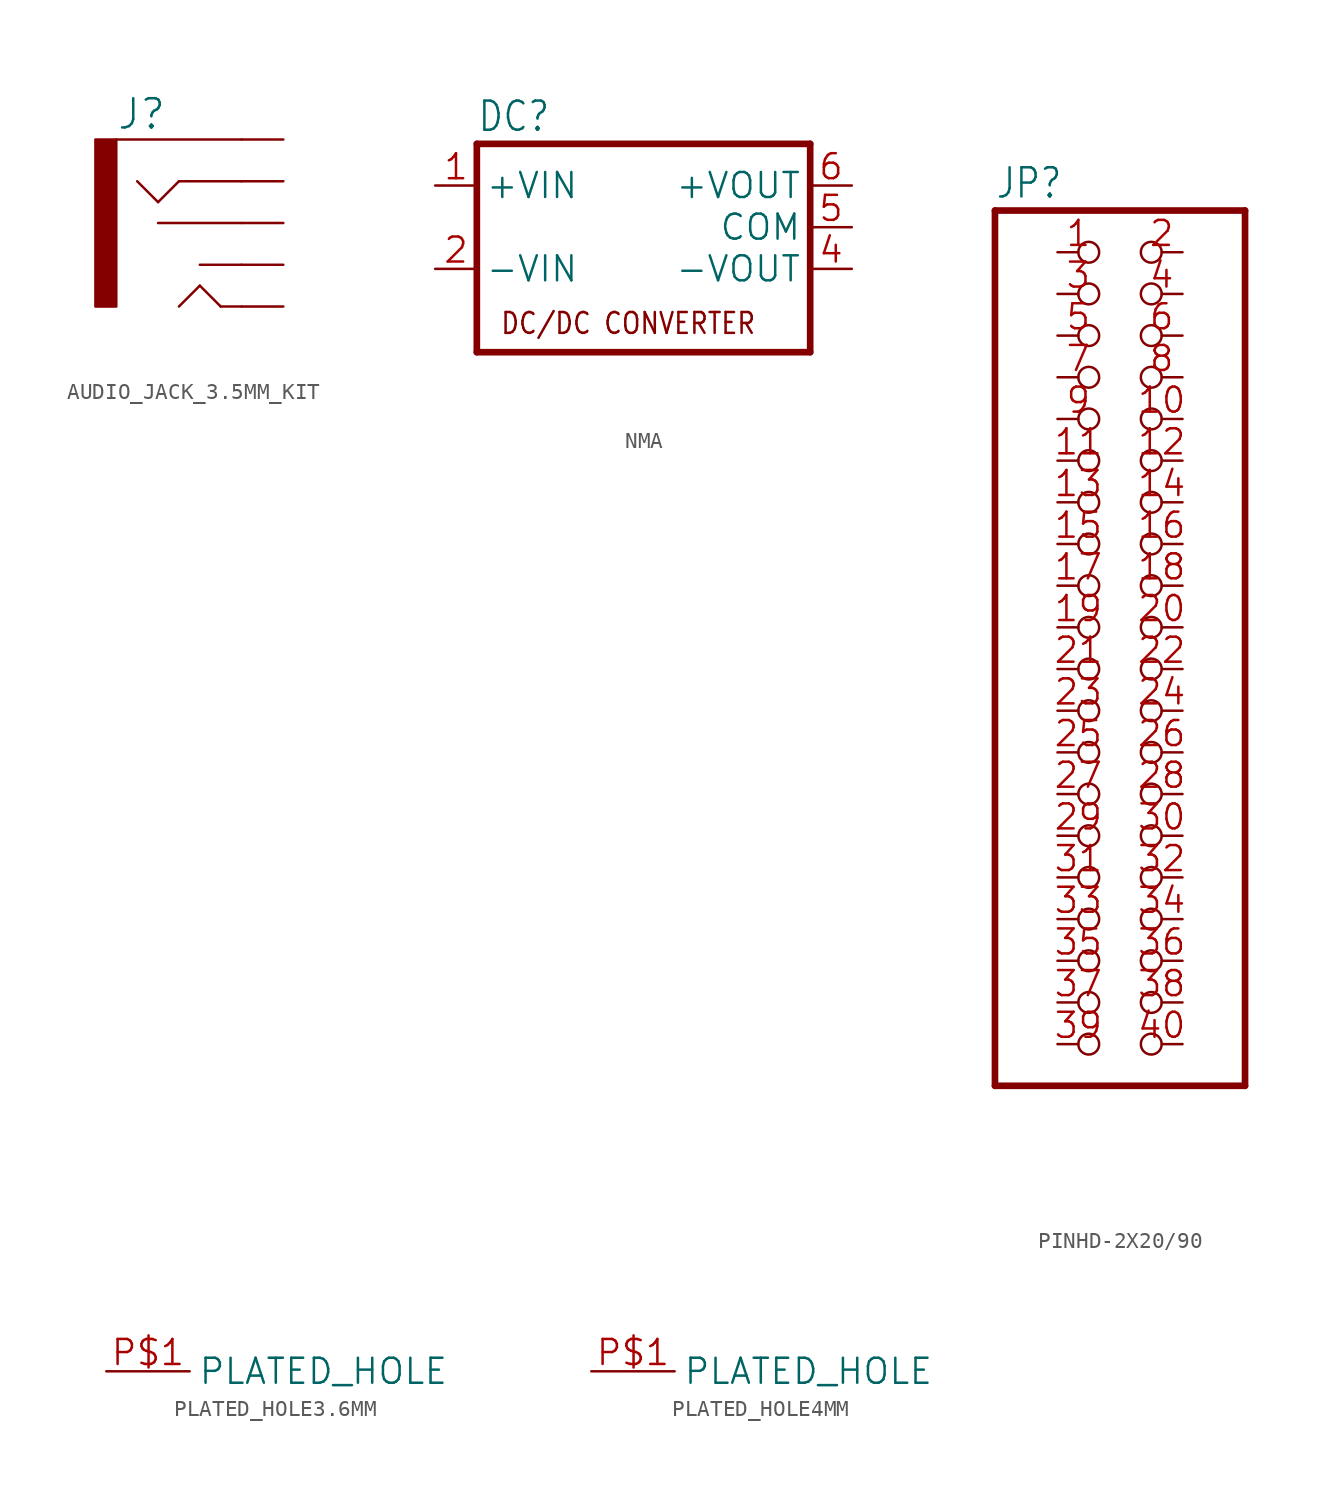
<source format=kicad_sym>
(kicad_symbol_lib
  (version 20241209)
  (generator "kicad_symbol_editor")
  (generator_version "9.0")
  (symbol "AUDIO_JACK_3.5MM_KIT"
    (property "Reference" "J"
      (at -5.08 5.588 0)
      (effects (font (size 1.778 1.778)) (justify left bottom)))
    (property "Value" ""
      (at -5.08 -7.62 0)
      (effects (font (size 1.778 1.778)) (justify left bottom)))
    (property "ki_locked" ""
      (at 0 0 0)
      (effects (font (size 1.27 1.27))))
    (symbol "AUDIO_JACK_3.5MM_KIT_1_0"
      (rectangle (start -6.35 -5.08) (end -5.08 5.08) (stroke (width 0) (type default)) (fill (type outline)))
      (polyline (pts (xy -2.54 1.27) (xy -3.81 2.54)) (stroke (width 0.152) (type solid)) (fill (type none)))
      (polyline (pts (xy -2.54 0) (xy 2.54 0)) (stroke (width 0.152) (type solid)) (fill (type none)))
      (polyline (pts (xy -1.27 2.54) (xy -2.54 1.27)) (stroke (width 0.152) (type solid)) (fill (type none)))
      (polyline (pts (xy -1.27 -5.08) (xy 0 -3.81)) (stroke (width 0.152) (type solid)) (fill (type none)))
      (polyline (pts (xy 0 -2.54) (xy 2.54 -2.54)) (stroke (width 0.152) (type solid)) (fill (type none)))
      (polyline (pts (xy 0 -3.81) (xy 1.27 -5.08)) (stroke (width 0.152) (type solid)) (fill (type none)))
      (polyline (pts (xy 1.27 -5.08) (xy 2.54 -5.08)) (stroke (width 0.152) (type solid)) (fill (type none)))
      (polyline (pts (xy 2.54 5.08) (xy -5.08 5.08)) (stroke (width 0.152) (type solid)) (fill (type none)))
      (polyline (pts (xy 2.54 2.54) (xy -1.27 2.54)) (stroke (width 0.152) (type solid)) (fill (type none)))
      (pin bidirectional line (at 5.08 5.08 180) (length 2.54) (name "SLEEVE" (effects (font (size 0 0)))) (number "SLEEVE" (effects (font (size 0 0)))))
      (pin bidirectional line (at 5.08 2.54 180) (length 2.54) (name "RING" (effects (font (size 0 0)))) (number "RING" (effects (font (size 0 0)))))
      (pin bidirectional line (at 5.08 0 180) (length 2.54) (name "RSH" (effects (font (size 0 0)))) (number "RSH" (effects (font (size 0 0)))))
      (pin bidirectional line (at 5.08 -2.54 180) (length 2.54) (name "TSH" (effects (font (size 0 0)))) (number "TSH" (effects (font (size 0 0)))))
      (pin bidirectional line (at 5.08 -5.08 180) (length 2.54) (name "TIP" (effects (font (size 0 0)))) (number "TIP" (effects (font (size 0 0)))))))
  (symbol "NMA"
    (property "Reference" "DC"
      (at -10.16 5.715 0)
      (effects (font (size 1.778 1.511)) (justify left bottom)))
    (property "Value" ""
      (at -10.16 -10.16 0)
      (effects (font (size 1.778 1.511)) (justify left bottom)))
    (property "ki_locked" ""
      (at 0 0 0)
      (effects (font (size 1.27 1.27))))
    (symbol "NMA_1_0"
      (polyline (pts (xy -10.16 5.08) (xy 10.16 5.08)) (stroke (width 0.406) (type solid)) (fill (type none)))
      (polyline (pts (xy -10.16 -7.62) (xy -10.16 5.08)) (stroke (width 0.406) (type solid)) (fill (type none)))
      (polyline (pts (xy 10.16 5.08) (xy 10.16 -7.62)) (stroke (width 0.406) (type solid)) (fill (type none)))
      (polyline (pts (xy 10.16 -7.62) (xy -10.16 -7.62)) (stroke (width 0.406) (type solid)) (fill (type none)))
      (text "DC/DC CONVERTER" (at -8.763 -6.604 0) (effects (font (size 1.27 1.079)) (justify left bottom)))
      (pin passive line (at -12.7 2.54 0) (length 2.54) (name "+VIN" (effects (font (size 1.524 1.524)))) (number "1" (effects (font (size 1.524 1.524)))))
      (pin passive line (at -12.7 -2.54 0) (length 2.54) (name "-VIN" (effects (font (size 1.524 1.524)))) (number "2" (effects (font (size 1.524 1.524)))))
      (pin passive line (at 12.7 2.54 180) (length 2.54) (name "+VOUT" (effects (font (size 1.524 1.524)))) (number "6" (effects (font (size 1.524 1.524)))))
      (pin passive line (at 12.7 0 180) (length 2.54) (name "COM" (effects (font (size 1.524 1.524)))) (number "5" (effects (font (size 1.524 1.524)))))
      (pin passive line (at 12.7 -2.54 180) (length 2.54) (name "-VOUT" (effects (font (size 1.524 1.524)))) (number "4" (effects (font (size 1.524 1.524)))))))
  (symbol "PINHD-2X20/90"
    (property "Reference" "JP"
      (at -6.35 26.035 0)
      (effects (font (size 1.778 1.511)) (justify left bottom)))
    (property "Value" ""
      (at -6.35 -30.48 0)
      (effects (font (size 1.778 1.511)) (justify left bottom)))
    (property "ki_locked" ""
      (at 0 0 0)
      (effects (font (size 1.27 1.27))))
    (symbol "PINHD-2X20/90_1_0"
      (polyline (pts (xy -6.35 25.4) (xy -6.35 -27.94)) (stroke (width 0.406) (type solid)) (fill (type none)))
      (polyline (pts (xy -6.35 -27.94) (xy 8.89 -27.94)) (stroke (width 0.406) (type solid)) (fill (type none)))
      (polyline (pts (xy 8.89 25.4) (xy -6.35 25.4)) (stroke (width 0.406) (type solid)) (fill (type none)))
      (polyline (pts (xy 8.89 -27.94) (xy 8.89 25.4)) (stroke (width 0.406) (type solid)) (fill (type none)))
      (pin passive inverted (at -2.54 22.86 0) (length 2.54) (name "1" (effects (font (size 0 0)))) (number "1" (effects (font (size 1.524 1.524)))))
      (pin passive inverted (at -2.54 20.32 0) (length 2.54) (name "3" (effects (font (size 0 0)))) (number "3" (effects (font (size 1.524 1.524)))))
      (pin passive inverted (at -2.54 17.78 0) (length 2.54) (name "5" (effects (font (size 0 0)))) (number "5" (effects (font (size 1.524 1.524)))))
      (pin passive inverted (at -2.54 15.24 0) (length 2.54) (name "7" (effects (font (size 0 0)))) (number "7" (effects (font (size 1.524 1.524)))))
      (pin passive inverted (at -2.54 12.7 0) (length 2.54) (name "9" (effects (font (size 0 0)))) (number "9" (effects (font (size 1.524 1.524)))))
      (pin passive inverted (at -2.54 10.16 0) (length 2.54) (name "11" (effects (font (size 0 0)))) (number "11" (effects (font (size 1.524 1.524)))))
      (pin passive inverted (at -2.54 7.62 0) (length 2.54) (name "13" (effects (font (size 0 0)))) (number "13" (effects (font (size 1.524 1.524)))))
      (pin passive inverted (at -2.54 5.08 0) (length 2.54) (name "15" (effects (font (size 0 0)))) (number "15" (effects (font (size 1.524 1.524)))))
      (pin passive inverted (at -2.54 2.54 0) (length 2.54) (name "17" (effects (font (size 0 0)))) (number "17" (effects (font (size 1.524 1.524)))))
      (pin passive inverted (at -2.54 0 0) (length 2.54) (name "19" (effects (font (size 0 0)))) (number "19" (effects (font (size 1.524 1.524)))))
      (pin passive inverted (at -2.54 -2.54 0) (length 2.54) (name "21" (effects (font (size 0 0)))) (number "21" (effects (font (size 1.524 1.524)))))
      (pin passive inverted (at -2.54 -5.08 0) (length 2.54) (name "23" (effects (font (size 0 0)))) (number "23" (effects (font (size 1.524 1.524)))))
      (pin passive inverted (at -2.54 -7.62 0) (length 2.54) (name "25" (effects (font (size 0 0)))) (number "25" (effects (font (size 1.524 1.524)))))
      (pin passive inverted (at -2.54 -10.16 0) (length 2.54) (name "27" (effects (font (size 0 0)))) (number "27" (effects (font (size 1.524 1.524)))))
      (pin passive inverted (at -2.54 -12.7 0) (length 2.54) (name "29" (effects (font (size 0 0)))) (number "29" (effects (font (size 1.524 1.524)))))
      (pin passive inverted (at -2.54 -15.24 0) (length 2.54) (name "31" (effects (font (size 0 0)))) (number "31" (effects (font (size 1.524 1.524)))))
      (pin passive inverted (at -2.54 -17.78 0) (length 2.54) (name "33" (effects (font (size 0 0)))) (number "33" (effects (font (size 1.524 1.524)))))
      (pin passive inverted (at -2.54 -20.32 0) (length 2.54) (name "35" (effects (font (size 0 0)))) (number "35" (effects (font (size 1.524 1.524)))))
      (pin passive inverted (at -2.54 -22.86 0) (length 2.54) (name "37" (effects (font (size 0 0)))) (number "37" (effects (font (size 1.524 1.524)))))
      (pin passive inverted (at -2.54 -25.4 0) (length 2.54) (name "39" (effects (font (size 0 0)))) (number "39" (effects (font (size 1.524 1.524)))))
      (pin passive inverted (at 5.08 22.86 180) (length 2.54) (name "2" (effects (font (size 0 0)))) (number "2" (effects (font (size 1.524 1.524)))))
      (pin passive inverted (at 5.08 20.32 180) (length 2.54) (name "4" (effects (font (size 0 0)))) (number "4" (effects (font (size 1.524 1.524)))))
      (pin passive inverted (at 5.08 17.78 180) (length 2.54) (name "6" (effects (font (size 0 0)))) (number "6" (effects (font (size 1.524 1.524)))))
      (pin passive inverted (at 5.08 15.24 180) (length 2.54) (name "8" (effects (font (size 0 0)))) (number "8" (effects (font (size 1.524 1.524)))))
      (pin passive inverted (at 5.08 12.7 180) (length 2.54) (name "10" (effects (font (size 0 0)))) (number "10" (effects (font (size 1.524 1.524)))))
      (pin passive inverted (at 5.08 10.16 180) (length 2.54) (name "12" (effects (font (size 0 0)))) (number "12" (effects (font (size 1.524 1.524)))))
      (pin passive inverted (at 5.08 7.62 180) (length 2.54) (name "14" (effects (font (size 0 0)))) (number "14" (effects (font (size 1.524 1.524)))))
      (pin passive inverted (at 5.08 5.08 180) (length 2.54) (name "16" (effects (font (size 0 0)))) (number "16" (effects (font (size 1.524 1.524)))))
      (pin passive inverted (at 5.08 2.54 180) (length 2.54) (name "18" (effects (font (size 0 0)))) (number "18" (effects (font (size 1.524 1.524)))))
      (pin passive inverted (at 5.08 0 180) (length 2.54) (name "20" (effects (font (size 0 0)))) (number "20" (effects (font (size 1.524 1.524)))))
      (pin passive inverted (at 5.08 -2.54 180) (length 2.54) (name "22" (effects (font (size 0 0)))) (number "22" (effects (font (size 1.524 1.524)))))
      (pin passive inverted (at 5.08 -5.08 180) (length 2.54) (name "24" (effects (font (size 0 0)))) (number "24" (effects (font (size 1.524 1.524)))))
      (pin passive inverted (at 5.08 -7.62 180) (length 2.54) (name "26" (effects (font (size 0 0)))) (number "26" (effects (font (size 1.524 1.524)))))
      (pin passive inverted (at 5.08 -10.16 180) (length 2.54) (name "28" (effects (font (size 0 0)))) (number "28" (effects (font (size 1.524 1.524)))))
      (pin passive inverted (at 5.08 -12.7 180) (length 2.54) (name "30" (effects (font (size 0 0)))) (number "30" (effects (font (size 1.524 1.524)))))
      (pin passive inverted (at 5.08 -15.24 180) (length 2.54) (name "32" (effects (font (size 0 0)))) (number "32" (effects (font (size 1.524 1.524)))))
      (pin passive inverted (at 5.08 -17.78 180) (length 2.54) (name "34" (effects (font (size 0 0)))) (number "34" (effects (font (size 1.524 1.524)))))
      (pin passive inverted (at 5.08 -20.32 180) (length 2.54) (name "36" (effects (font (size 0 0)))) (number "36" (effects (font (size 1.524 1.524)))))
      (pin passive inverted (at 5.08 -22.86 180) (length 2.54) (name "38" (effects (font (size 0 0)))) (number "38" (effects (font (size 1.524 1.524)))))
      (pin passive inverted (at 5.08 -25.4 180) (length 2.54) (name "40" (effects (font (size 0 0)))) (number "40" (effects (font (size 1.524 1.524)))))))
  (symbol "PLATED_HOLE3.6MM"
    (property "Reference" ""
      (at 0 0 0)
      (effects (font (size 1.27 1.27)) (hide yes)))
    (property "ki_locked" ""
      (at 0 0 0)
      (effects (font (size 1.27 1.27))))
    (symbol "PLATED_HOLE3.6MM_1_0"
      (pin bidirectional line (at -5.08 0 0) (length 5.08) (name "PLATED_HOLE" (effects (font (size 1.524 1.524)))) (number "P$1" (effects (font (size 1.524 1.524)))))))
  (symbol "PLATED_HOLE4MM"
    (property "Reference" ""
      (at 0 0 0)
      (effects (font (size 1.27 1.27)) (hide yes)))
    (property "ki_locked" ""
      (at 0 0 0)
      (effects (font (size 1.27 1.27))))
    (symbol "PLATED_HOLE4MM_1_0"
      (pin bidirectional line (at -5.08 0 0) (length 5.08) (name "PLATED_HOLE" (effects (font (size 1.524 1.524)))) (number "P$1" (effects (font (size 1.524 1.524))))))))
</source>
